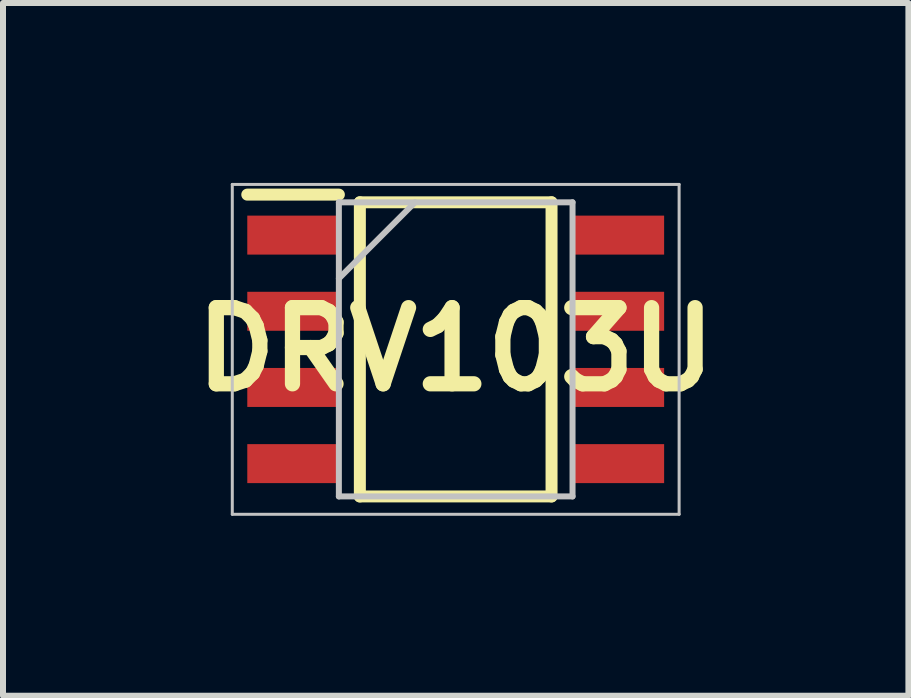
<source format=kicad_pcb>
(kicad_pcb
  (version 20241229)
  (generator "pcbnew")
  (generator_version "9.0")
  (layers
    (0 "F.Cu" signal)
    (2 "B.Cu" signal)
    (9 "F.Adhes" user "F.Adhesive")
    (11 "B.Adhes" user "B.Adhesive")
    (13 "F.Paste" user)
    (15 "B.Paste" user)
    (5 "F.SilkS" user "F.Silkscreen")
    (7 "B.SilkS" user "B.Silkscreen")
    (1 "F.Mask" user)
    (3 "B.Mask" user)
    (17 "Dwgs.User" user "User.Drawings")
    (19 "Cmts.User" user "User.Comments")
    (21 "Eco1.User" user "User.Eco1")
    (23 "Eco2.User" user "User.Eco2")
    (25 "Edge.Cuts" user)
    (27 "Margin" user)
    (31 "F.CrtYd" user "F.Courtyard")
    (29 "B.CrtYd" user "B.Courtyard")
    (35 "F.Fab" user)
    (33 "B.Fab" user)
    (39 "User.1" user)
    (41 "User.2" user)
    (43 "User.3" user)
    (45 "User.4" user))
  (footprint "DRV103U"
    (layer "F.Cu")
    (at 4.548 2.775)
    (property "Reference" "DRV103U" (at 0 0 0) (layer "F.SilkS") (effects (font (size 1.27 1.27) (thickness 0.254))))
    (attr smd)
    (fp_line (start -3.475 -2.58) (end -1.948 -2.58) (stroke (width 0.2) (type solid)) (layer "F.SilkS"))
    (fp_line (start -1.598 -2.452) (end 1.598 -2.452) (stroke (width 0.2) (type solid)) (layer "F.SilkS"))
    (fp_line (start -1.598 2.452) (end -1.598 -2.452) (stroke (width 0.2) (type solid)) (layer "F.SilkS"))
    (fp_line (start 1.598 -2.452) (end 1.598 2.452) (stroke (width 0.2) (type solid)) (layer "F.SilkS"))
    (fp_line (start 1.598 2.452) (end -1.598 2.452) (stroke (width 0.2) (type solid)) (layer "F.SilkS"))
    (fp_line (start -3.725 -2.75) (end 3.725 -2.75) (stroke (width 0.05) (type solid)) (layer "Dwgs.User"))
    (fp_line (start -3.725 2.75) (end -3.725 -2.75) (stroke (width 0.05) (type solid)) (layer "Dwgs.User"))
    (fp_line (start -1.948 -2.452) (end 1.948 -2.452) (stroke (width 0.1) (type solid)) (layer "Dwgs.User"))
    (fp_line (start -1.948 -1.182) (end -0.678 -2.452) (stroke (width 0.1) (type solid)) (layer "Dwgs.User"))
    (fp_line (start -1.948 2.452) (end -1.948 -2.452) (stroke (width 0.1) (type solid)) (layer "Dwgs.User"))
    (fp_line (start 1.948 -2.452) (end 1.948 2.452) (stroke (width 0.1) (type solid)) (layer "Dwgs.User"))
    (fp_line (start 1.948 2.452) (end -1.948 2.452) (stroke (width 0.1) (type solid)) (layer "Dwgs.User"))
    (fp_line (start 3.725 -2.75) (end 3.725 2.75) (stroke (width 0.05) (type solid)) (layer "Dwgs.User"))
    (fp_line (start 3.725 2.75) (end -3.725 2.75) (stroke (width 0.05) (type solid)) (layer "Dwgs.User"))
    (pad "1" smd rect (at -2.711 -1.905 90) (size 0.65 1.528) (layers "F.Cu" "F.Mask" "F.Paste"))
    (pad "2" smd rect (at -2.711 -0.635 90) (size 0.65 1.528) (layers "F.Cu" "F.Mask" "F.Paste"))
    (pad "3" smd rect (at -2.711 0.635 90) (size 0.65 1.528) (layers "F.Cu" "F.Mask" "F.Paste"))
    (pad "4" smd rect (at -2.711 1.905 90) (size 0.65 1.528) (layers "F.Cu" "F.Mask" "F.Paste"))
    (pad "5" smd rect (at 2.711 1.905 90) (size 0.65 1.528) (layers "F.Cu" "F.Mask" "F.Paste"))
    (pad "6" smd rect (at 2.711 0.635 90) (size 0.65 1.528) (layers "F.Cu" "F.Mask" "F.Paste"))
    (pad "7" smd rect (at 2.711 -0.635 90) (size 0.65 1.528) (layers "F.Cu" "F.Mask" "F.Paste"))
    (pad "8" smd rect (at 2.711 -1.905 90) (size 0.65 1.528) (layers "F.Cu" "F.Mask" "F.Paste")))
  (gr_rect
    (start -3 -3)
    (end 12.096 8.55)
    (stroke (width 0.1) (type default))
    (fill no)
    (layer "Edge.Cuts")))
</source>
